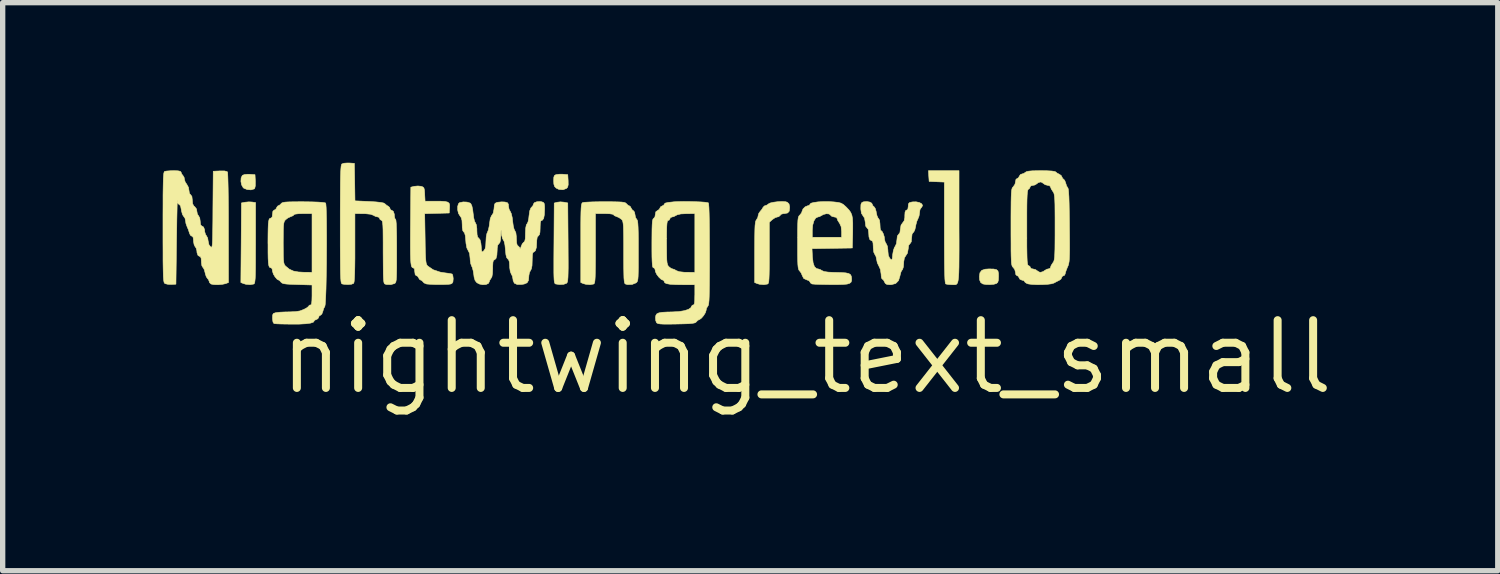
<source format=kicad_pcb>
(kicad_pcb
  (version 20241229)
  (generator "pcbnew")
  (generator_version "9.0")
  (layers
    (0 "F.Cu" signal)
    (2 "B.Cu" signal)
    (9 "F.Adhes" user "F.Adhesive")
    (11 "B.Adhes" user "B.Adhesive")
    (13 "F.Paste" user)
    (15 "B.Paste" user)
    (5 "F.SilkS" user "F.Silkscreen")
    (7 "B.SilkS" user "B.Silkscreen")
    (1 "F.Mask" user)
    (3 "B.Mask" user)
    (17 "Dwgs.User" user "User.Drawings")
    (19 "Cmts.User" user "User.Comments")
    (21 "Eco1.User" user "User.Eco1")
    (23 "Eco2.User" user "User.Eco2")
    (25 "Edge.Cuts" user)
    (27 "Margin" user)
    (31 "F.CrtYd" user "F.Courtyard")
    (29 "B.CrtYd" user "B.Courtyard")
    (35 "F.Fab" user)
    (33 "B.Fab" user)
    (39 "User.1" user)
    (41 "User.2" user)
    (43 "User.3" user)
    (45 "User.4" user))
  (footprint "nightwing_text_small"
    (layer "F.Cu")
    (at 12.07 3.642)
    (property "Reference" "nightwing_text_small" (at 0 0 0) (layer "F.SilkS") (effects (font (size 1.27 1.27) (thickness 0.15))))
    (attr through_hole)
    (fp_poly (pts (xy -10.442 -3.425) (xy -10.34 -3.418) (xy -10.333 -3.293) (xy -10.334 -3.208) (xy -10.345 -3.161) (xy -10.355 -3.151) (xy -10.415 -3.133) (xy -10.487 -3.139) (xy -10.549 -3.164) (xy -10.562 -3.175) (xy -10.591 -3.226) (xy -10.604 -3.292) (xy -10.6 -3.357) (xy -10.577 -3.404) (xy -10.574 -3.406) (xy -10.536 -3.42) (xy -10.473 -3.426) (xy -10.442 -3.425)) (stroke (width 0.01) (type solid)) (fill yes) (layer "F.SilkS"))
    (fp_poly (pts (xy -4.569 -3.426) (xy -4.559 -3.425) (xy -4.477 -3.418) (xy -4.47 -3.303) (xy -4.469 -3.229) (xy -4.479 -3.185) (xy -4.501 -3.16) (xy -4.567 -3.135) (xy -4.642 -3.141) (xy -4.694 -3.166) (xy -4.724 -3.196) (xy -4.738 -3.241) (xy -4.741 -3.303) (xy -4.739 -3.367) (xy -4.728 -3.4) (xy -4.703 -3.416) (xy -4.692 -3.419) (xy -4.637 -3.426) (xy -4.569 -3.426)) (stroke (width 0.01) (type solid)) (fill yes) (layer "F.SilkS"))
    (fp_poly (pts (xy -10.396 -2.905) (xy -10.329 -2.895) (xy -10.329 -2.138) (xy -10.33 -1.937) (xy -10.33 -1.774) (xy -10.331 -1.646) (xy -10.333 -1.548) (xy -10.336 -1.476) (xy -10.341 -1.426) (xy -10.346 -1.394) (xy -10.353 -1.376) (xy -10.362 -1.368) (xy -10.363 -1.368) (xy -10.431 -1.356) (xy -10.511 -1.363) (xy -10.557 -1.377) (xy -10.605 -1.396) (xy -10.599 -2.142) (xy -10.594 -2.888) (xy -10.528 -2.901) (xy -10.456 -2.908) (xy -10.396 -2.905)) (stroke (width 0.01) (type solid)) (fill yes) (layer "F.SilkS"))
    (fp_poly (pts (xy 3.506 -1.649) (xy 3.559 -1.638) (xy 3.587 -1.613) (xy 3.597 -1.566) (xy 3.598 -1.512) (xy 3.595 -1.441) (xy 3.583 -1.399) (xy 3.557 -1.377) (xy 3.557 -1.377) (xy 3.508 -1.363) (xy 3.436 -1.357) (xy 3.362 -1.359) (xy 3.305 -1.369) (xy 3.302 -1.37) (xy 3.263 -1.397) (xy 3.243 -1.445) (xy 3.239 -1.507) (xy 3.249 -1.579) (xy 3.283 -1.624) (xy 3.347 -1.646) (xy 3.418 -1.651) (xy 3.506 -1.649)) (stroke (width 0.01) (type solid)) (fill yes) (layer "F.SilkS"))
    (fp_poly (pts (xy -4.547 -2.902) (xy -4.477 -2.888) (xy -4.471 -2.148) (xy -4.47 -1.95) (xy -4.469 -1.79) (xy -4.469 -1.665) (xy -4.471 -1.569) (xy -4.473 -1.498) (xy -4.477 -1.448) (xy -4.482 -1.415) (xy -4.489 -1.395) (xy -4.498 -1.384) (xy -4.502 -1.381) (xy -4.555 -1.362) (xy -4.629 -1.358) (xy -4.705 -1.369) (xy -4.714 -1.374) (xy -4.722 -1.386) (xy -4.728 -1.408) (xy -4.733 -1.446) (xy -4.736 -1.502) (xy -4.738 -1.582) (xy -4.738 -1.689) (xy -4.738 -1.827) (xy -4.737 -2.002) (xy -4.736 -2.133) (xy -4.731 -2.886) (xy -4.674 -2.901) (xy -4.613 -2.908) (xy -4.547 -2.902)) (stroke (width 0.01) (type solid)) (fill yes) (layer "F.SilkS"))
    (fp_poly (pts (xy 2.857 -2.436) (xy 2.858 -2.194) (xy 2.858 -1.99) (xy 2.857 -1.823) (xy 2.856 -1.687) (xy 2.853 -1.58) (xy 2.848 -1.498) (xy 2.841 -1.439) (xy 2.832 -1.398) (xy 2.819 -1.373) (xy 2.802 -1.359) (xy 2.781 -1.354) (xy 2.756 -1.354) (xy 2.726 -1.356) (xy 2.713 -1.356) (xy 2.654 -1.36) (xy 2.612 -1.368) (xy 2.609 -1.369) (xy 2.602 -1.38) (xy 2.597 -1.411) (xy 2.592 -1.464) (xy 2.589 -1.543) (xy 2.586 -1.65) (xy 2.584 -1.788) (xy 2.583 -1.961) (xy 2.582 -2.171) (xy 2.582 -2.329) (xy 2.582 -3.279) (xy 2.439 -3.285) (xy 2.297 -3.291) (xy 2.29 -3.392) (xy 2.284 -3.493) (xy 2.857 -3.493) (xy 2.857 -2.436)) (stroke (width 0.01) (type solid)) (fill yes) (layer "F.SilkS"))
    (fp_poly (pts (xy -0.395 -2.911) (xy -0.362 -2.901) (xy -0.33 -2.87) (xy -0.318 -2.817) (xy -0.318 -2.796) (xy -0.326 -2.733) (xy -0.356 -2.7) (xy -0.416 -2.688) (xy -0.433 -2.688) (xy -0.477 -2.676) (xy -0.494 -2.656) (xy -0.523 -2.63) (xy -0.549 -2.625) (xy -0.592 -2.611) (xy -0.641 -2.577) (xy -0.644 -2.575) (xy -0.699 -2.525) (xy -0.699 -1.952) (xy -0.699 -1.78) (xy -0.7 -1.645) (xy -0.702 -1.544) (xy -0.705 -1.47) (xy -0.709 -1.42) (xy -0.715 -1.39) (xy -0.724 -1.373) (xy -0.732 -1.368) (xy -0.8 -1.356) (xy -0.88 -1.363) (xy -0.926 -1.376) (xy -0.974 -1.396) (xy -0.974 -1.966) (xy -0.973 -2.141) (xy -0.972 -2.278) (xy -0.97 -2.383) (xy -0.967 -2.459) (xy -0.961 -2.511) (xy -0.955 -2.545) (xy -0.946 -2.564) (xy -0.942 -2.569) (xy -0.915 -2.615) (xy -0.91 -2.644) (xy -0.896 -2.693) (xy -0.872 -2.727) (xy -0.836 -2.771) (xy -0.819 -2.801) (xy -0.793 -2.831) (xy -0.776 -2.836) (xy -0.738 -2.851) (xy -0.721 -2.866) (xy -0.685 -2.886) (xy -0.621 -2.901) (xy -0.541 -2.911) (xy -0.462 -2.915) (xy -0.395 -2.911)) (stroke (width 0.01) (type solid)) (fill yes) (layer "F.SilkS"))
    (fp_poly (pts (xy -7.229 -3.2) (xy -7.194 -3.188) (xy -7.174 -3.169) (xy -7.164 -3.131) (xy -7.159 -3.064) (xy -7.159 -3.052) (xy -7.152 -2.921) (xy -6.968 -2.921) (xy -6.854 -2.92) (xy -6.776 -2.915) (xy -6.727 -2.903) (xy -6.701 -2.882) (xy -6.692 -2.849) (xy -6.693 -2.8) (xy -6.693 -2.797) (xy -6.699 -2.699) (xy -6.929 -2.693) (xy -7.159 -2.687) (xy -7.151 -2.216) (xy -7.149 -2.063) (xy -7.146 -1.946) (xy -7.142 -1.86) (xy -7.137 -1.8) (xy -7.131 -1.759) (xy -7.122 -1.732) (xy -7.11 -1.714) (xy -7.1 -1.704) (xy -7.001 -1.636) (xy -6.871 -1.592) (xy -6.786 -1.578) (xy -6.716 -1.569) (xy -6.664 -1.56) (xy -6.643 -1.554) (xy -6.632 -1.527) (xy -6.625 -1.476) (xy -6.625 -1.462) (xy -6.63 -1.406) (xy -6.649 -1.378) (xy -6.673 -1.368) (xy -6.717 -1.362) (xy -6.791 -1.359) (xy -6.881 -1.358) (xy -6.974 -1.359) (xy -7.058 -1.363) (xy -7.119 -1.368) (xy -7.129 -1.37) (xy -7.172 -1.389) (xy -7.19 -1.409) (xy -7.216 -1.436) (xy -7.229 -1.439) (xy -7.258 -1.457) (xy -7.271 -1.482) (xy -7.294 -1.516) (xy -7.315 -1.524) (xy -7.337 -1.542) (xy -7.345 -1.598) (xy -7.352 -1.654) (xy -7.375 -1.672) (xy -7.376 -1.672) (xy -7.39 -1.676) (xy -7.402 -1.691) (xy -7.411 -1.719) (xy -7.418 -1.766) (xy -7.423 -1.835) (xy -7.426 -1.929) (xy -7.427 -2.053) (xy -7.427 -2.209) (xy -7.426 -2.403) (xy -7.425 -2.496) (xy -7.419 -3.183) (xy -7.356 -3.199) (xy -7.288 -3.206) (xy -7.229 -3.2)) (stroke (width 0.01) (type solid)) (fill yes) (layer "F.SilkS"))
    (fp_poly (pts (xy -3.645 -2.91) (xy -3.544 -2.908) (xy -3.474 -2.905) (xy -3.427 -2.899) (xy -3.399 -2.891) (xy -3.382 -2.879) (xy -3.377 -2.873) (xy -3.346 -2.843) (xy -3.328 -2.836) (xy -3.303 -2.819) (xy -3.292 -2.796) (xy -3.267 -2.756) (xy -3.248 -2.744) (xy -3.226 -2.716) (xy -3.217 -2.67) (xy -3.207 -2.616) (xy -3.186 -2.582) (xy -3.176 -2.569) (xy -3.168 -2.543) (xy -3.163 -2.499) (xy -3.159 -2.434) (xy -3.156 -2.343) (xy -3.154 -2.22) (xy -3.154 -2.062) (xy -3.154 -1.988) (xy -3.154 -1.819) (xy -3.154 -1.686) (xy -3.156 -1.587) (xy -3.158 -1.514) (xy -3.162 -1.464) (xy -3.168 -1.431) (xy -3.177 -1.41) (xy -3.188 -1.397) (xy -3.201 -1.388) (xy -3.271 -1.36) (xy -3.354 -1.357) (xy -3.396 -1.368) (xy -3.406 -1.376) (xy -3.413 -1.394) (xy -3.419 -1.428) (xy -3.424 -1.481) (xy -3.426 -1.559) (xy -3.428 -1.666) (xy -3.429 -1.807) (xy -3.429 -1.96) (xy -3.429 -2.133) (xy -3.43 -2.268) (xy -3.432 -2.371) (xy -3.434 -2.447) (xy -3.439 -2.5) (xy -3.445 -2.536) (xy -3.453 -2.559) (xy -3.464 -2.575) (xy -3.468 -2.579) (xy -3.52 -2.615) (xy -3.564 -2.633) (xy -3.605 -2.65) (xy -3.619 -2.667) (xy -3.639 -2.677) (xy -3.692 -2.685) (xy -3.77 -2.688) (xy -3.789 -2.688) (xy -3.958 -2.688) (xy -3.958 -2.034) (xy -3.958 -1.849) (xy -3.959 -1.701) (xy -3.961 -1.587) (xy -3.963 -1.503) (xy -3.967 -1.443) (xy -3.972 -1.404) (xy -3.979 -1.381) (xy -3.988 -1.37) (xy -3.992 -1.368) (xy -4.059 -1.356) (xy -4.139 -1.363) (xy -4.186 -1.376) (xy -4.233 -1.396) (xy -4.233 -2.138) (xy -4.233 -2.335) (xy -4.233 -2.495) (xy -4.232 -2.62) (xy -4.23 -2.716) (xy -4.227 -2.786) (xy -4.223 -2.834) (xy -4.217 -2.865) (xy -4.21 -2.884) (xy -4.201 -2.893) (xy -4.196 -2.895) (xy -4.164 -2.9) (xy -4.097 -2.904) (xy -4.002 -2.908) (xy -3.889 -2.91) (xy -3.782 -2.91) (xy -3.645 -2.91)) (stroke (width 0.01) (type solid)) (fill yes) (layer "F.SilkS"))
    (fp_poly (pts (xy -8.579 -3.637) (xy -8.477 -3.63) (xy -8.471 -3.279) (xy -8.466 -2.927) (xy -8.197 -2.915) (xy -8.069 -2.907) (xy -7.981 -2.897) (xy -7.927 -2.886) (xy -7.906 -2.873) (xy -7.868 -2.84) (xy -7.848 -2.83) (xy -7.816 -2.803) (xy -7.811 -2.784) (xy -7.795 -2.756) (xy -7.781 -2.752) (xy -7.748 -2.732) (xy -7.729 -2.678) (xy -7.726 -2.634) (xy -7.718 -2.595) (xy -7.705 -2.582) (xy -7.698 -2.561) (xy -7.692 -2.5) (xy -7.688 -2.399) (xy -7.685 -2.26) (xy -7.684 -2.086) (xy -7.684 -1.99) (xy -7.684 -1.816) (xy -7.684 -1.68) (xy -7.686 -1.576) (xy -7.688 -1.501) (xy -7.692 -1.448) (xy -7.698 -1.414) (xy -7.706 -1.394) (xy -7.716 -1.382) (xy -7.724 -1.377) (xy -7.794 -1.357) (xy -7.873 -1.359) (xy -7.904 -1.368) (xy -7.914 -1.375) (xy -7.922 -1.394) (xy -7.928 -1.427) (xy -7.932 -1.48) (xy -7.935 -1.558) (xy -7.936 -1.664) (xy -7.937 -1.803) (xy -7.938 -1.971) (xy -7.938 -2.146) (xy -7.939 -2.284) (xy -7.94 -2.388) (xy -7.943 -2.463) (xy -7.948 -2.514) (xy -7.954 -2.544) (xy -7.961 -2.558) (xy -7.969 -2.561) (xy -7.997 -2.578) (xy -8.001 -2.593) (xy -8.018 -2.619) (xy -8.039 -2.625) (xy -8.086 -2.637) (xy -8.119 -2.656) (xy -8.173 -2.676) (xy -8.267 -2.686) (xy -8.313 -2.687) (xy -8.467 -2.688) (xy -8.467 -2.047) (xy -8.467 -1.848) (xy -8.469 -1.689) (xy -8.472 -1.567) (xy -8.476 -1.477) (xy -8.481 -1.418) (xy -8.488 -1.386) (xy -8.492 -1.38) (xy -8.531 -1.364) (xy -8.594 -1.358) (xy -8.666 -1.362) (xy -8.705 -1.369) (xy -8.713 -1.374) (xy -8.72 -1.384) (xy -8.726 -1.404) (xy -8.73 -1.436) (xy -8.734 -1.485) (xy -8.737 -1.554) (xy -8.739 -1.646) (xy -8.74 -1.764) (xy -8.741 -1.912) (xy -8.742 -2.093) (xy -8.742 -2.311) (xy -8.742 -2.486) (xy -8.742 -2.736) (xy -8.741 -2.947) (xy -8.74 -3.122) (xy -8.739 -3.265) (xy -8.737 -3.378) (xy -8.734 -3.465) (xy -8.73 -3.529) (xy -8.726 -3.573) (xy -8.72 -3.601) (xy -8.714 -3.616) (xy -8.712 -3.618) (xy -8.673 -3.632) (xy -8.61 -3.637) (xy -8.579 -3.637)) (stroke (width 0.01) (type solid)) (fill yes) (layer "F.SilkS"))
    (fp_poly (pts (xy 0.416 -2.913) (xy 0.51 -2.907) (xy 0.591 -2.898) (xy 0.645 -2.884) (xy 0.689 -2.859) (xy 0.738 -2.815) (xy 0.752 -2.801) (xy 0.796 -2.754) (xy 0.827 -2.71) (xy 0.848 -2.66) (xy 0.86 -2.598) (xy 0.865 -2.514) (xy 0.865 -2.4) (xy 0.864 -2.307) (xy 0.857 -2.043) (xy 0.479 -2.037) (xy 0.101 -2.031) (xy 0.109 -1.876) (xy 0.122 -1.766) (xy 0.147 -1.693) (xy 0.187 -1.657) (xy 0.217 -1.651) (xy 0.256 -1.639) (xy 0.287 -1.62) (xy 0.329 -1.602) (xy 0.404 -1.591) (xy 0.515 -1.586) (xy 0.529 -1.586) (xy 0.649 -1.583) (xy 0.734 -1.577) (xy 0.789 -1.565) (xy 0.821 -1.546) (xy 0.837 -1.516) (xy 0.843 -1.482) (xy 0.844 -1.437) (xy 0.834 -1.404) (xy 0.808 -1.382) (xy 0.76 -1.367) (xy 0.684 -1.36) (xy 0.577 -1.357) (xy 0.456 -1.357) (xy 0.342 -1.359) (xy 0.24 -1.361) (xy 0.161 -1.364) (xy 0.111 -1.368) (xy 0.101 -1.369) (xy 0.069 -1.391) (xy 0.064 -1.406) (xy 0.045 -1.43) (xy 0.001 -1.447) (xy 0.001 -1.447) (xy -0.053 -1.471) (xy -0.077 -1.516) (xy -0.102 -1.575) (xy -0.13 -1.612) (xy -0.143 -1.627) (xy -0.152 -1.649) (xy -0.159 -1.683) (xy -0.164 -1.734) (xy -0.167 -1.808) (xy -0.169 -1.911) (xy -0.169 -2.047) (xy -0.169 -2.138) (xy -0.169 -2.294) (xy -0.169 -2.373) (xy 0.106 -2.373) (xy 0.106 -2.244) (xy 0.656 -2.244) (xy 0.656 -2.351) (xy 0.647 -2.444) (xy 0.617 -2.509) (xy 0.614 -2.513) (xy 0.584 -2.559) (xy 0.572 -2.595) (xy 0.572 -2.596) (xy 0.553 -2.618) (xy 0.518 -2.625) (xy 0.473 -2.636) (xy 0.452 -2.656) (xy 0.423 -2.681) (xy 0.372 -2.686) (xy 0.316 -2.672) (xy 0.287 -2.656) (xy 0.241 -2.631) (xy 0.212 -2.625) (xy 0.171 -2.605) (xy 0.137 -2.551) (xy 0.114 -2.471) (xy 0.106 -2.373) (xy -0.169 -2.373) (xy -0.168 -2.414) (xy -0.166 -2.502) (xy -0.163 -2.564) (xy -0.157 -2.606) (xy -0.149 -2.633) (xy -0.139 -2.65) (xy -0.127 -2.661) (xy -0.095 -2.701) (xy -0.085 -2.732) (xy -0.067 -2.776) (xy -0.026 -2.816) (xy 0.023 -2.836) (xy 0.028 -2.836) (xy 0.058 -2.85) (xy 0.064 -2.865) (xy 0.083 -2.883) (xy 0.137 -2.897) (xy 0.216 -2.908) (xy 0.312 -2.913) (xy 0.416 -2.913)) (stroke (width 0.01) (type solid)) (fill yes) (layer "F.SilkS"))
    (fp_poly (pts (xy 1.185 -2.904) (xy 1.221 -2.883) (xy 1.228 -2.867) (xy 1.244 -2.833) (xy 1.261 -2.82) (xy 1.285 -2.788) (xy 1.303 -2.73) (xy 1.306 -2.708) (xy 1.32 -2.647) (xy 1.339 -2.605) (xy 1.347 -2.597) (xy 1.367 -2.564) (xy 1.375 -2.496) (xy 1.376 -2.475) (xy 1.379 -2.415) (xy 1.387 -2.378) (xy 1.394 -2.371) (xy 1.416 -2.352) (xy 1.439 -2.307) (xy 1.456 -2.251) (xy 1.46 -2.209) (xy 1.473 -2.155) (xy 1.492 -2.124) (xy 1.514 -2.078) (xy 1.524 -2.003) (xy 1.524 -1.988) (xy 1.532 -1.905) (xy 1.557 -1.852) (xy 1.564 -1.844) (xy 1.587 -1.823) (xy 1.6 -1.825) (xy 1.607 -1.855) (xy 1.613 -1.918) (xy 1.626 -1.993) (xy 1.646 -2.053) (xy 1.658 -2.07) (xy 1.683 -2.123) (xy 1.693 -2.197) (xy 1.693 -2.198) (xy 1.701 -2.268) (xy 1.725 -2.3) (xy 1.749 -2.331) (xy 1.757 -2.394) (xy 1.77 -2.472) (xy 1.799 -2.513) (xy 1.828 -2.553) (xy 1.841 -2.616) (xy 1.841 -2.651) (xy 1.845 -2.715) (xy 1.858 -2.746) (xy 1.873 -2.752) (xy 1.897 -2.768) (xy 1.905 -2.821) (xy 1.905 -2.823) (xy 1.909 -2.871) (xy 1.93 -2.895) (xy 1.981 -2.907) (xy 2.052 -2.909) (xy 2.113 -2.896) (xy 2.156 -2.873) (xy 2.174 -2.842) (xy 2.159 -2.81) (xy 2.152 -2.804) (xy 2.125 -2.763) (xy 2.117 -2.706) (xy 2.108 -2.643) (xy 2.088 -2.593) (xy 2.088 -2.592) (xy 2.067 -2.546) (xy 2.049 -2.479) (xy 2.044 -2.449) (xy 2.029 -2.385) (xy 2.009 -2.344) (xy 1.999 -2.335) (xy 1.977 -2.305) (xy 1.969 -2.235) (xy 1.968 -2.23) (xy 1.962 -2.159) (xy 1.94 -2.126) (xy 1.937 -2.124) (xy 1.913 -2.093) (xy 1.905 -2.03) (xy 1.89 -1.946) (xy 1.863 -1.905) (xy 1.833 -1.857) (xy 1.821 -1.786) (xy 1.82 -1.759) (xy 1.814 -1.687) (xy 1.798 -1.64) (xy 1.791 -1.632) (xy 1.77 -1.597) (xy 1.754 -1.539) (xy 1.75 -1.519) (xy 1.723 -1.432) (xy 1.67 -1.378) (xy 1.588 -1.356) (xy 1.563 -1.355) (xy 1.506 -1.36) (xy 1.475 -1.379) (xy 1.46 -1.408) (xy 1.438 -1.447) (xy 1.419 -1.46) (xy 1.405 -1.479) (xy 1.398 -1.527) (xy 1.397 -1.55) (xy 1.384 -1.639) (xy 1.355 -1.704) (xy 1.325 -1.765) (xy 1.313 -1.825) (xy 1.312 -1.827) (xy 1.301 -1.883) (xy 1.281 -1.919) (xy 1.258 -1.966) (xy 1.249 -2.048) (xy 1.249 -2.065) (xy 1.245 -2.137) (xy 1.234 -2.173) (xy 1.219 -2.18) (xy 1.187 -2.198) (xy 1.169 -2.251) (xy 1.164 -2.328) (xy 1.156 -2.392) (xy 1.132 -2.421) (xy 1.108 -2.452) (xy 1.101 -2.518) (xy 1.086 -2.604) (xy 1.058 -2.646) (xy 1.028 -2.693) (xy 1.017 -2.764) (xy 1.016 -2.792) (xy 1.018 -2.855) (xy 1.029 -2.888) (xy 1.054 -2.904) (xy 1.069 -2.909) (xy 1.13 -2.914) (xy 1.185 -2.904)) (stroke (width 0.01) (type solid)) (fill yes) (layer "F.SilkS"))
    (fp_poly (pts (xy -2.192 -2.914) (xy -2.082 -2.911) (xy -1.983 -2.907) (xy -1.903 -2.901) (xy -1.853 -2.893) (xy -1.841 -2.889) (xy -1.836 -2.865) (xy -1.831 -2.8) (xy -1.827 -2.695) (xy -1.824 -2.554) (xy -1.822 -2.377) (xy -1.821 -2.165) (xy -1.82 -1.928) (xy -1.82 -1.699) (xy -1.821 -1.509) (xy -1.822 -1.354) (xy -1.824 -1.231) (xy -1.826 -1.135) (xy -1.829 -1.064) (xy -1.834 -1.014) (xy -1.839 -0.981) (xy -1.846 -0.961) (xy -1.852 -0.953) (xy -1.877 -0.912) (xy -1.884 -0.874) (xy -1.897 -0.831) (xy -1.929 -0.778) (xy -1.969 -0.731) (xy -2.007 -0.702) (xy -2.019 -0.699) (xy -2.045 -0.683) (xy -2.065 -0.661) (xy -2.08 -0.647) (xy -2.106 -0.637) (xy -2.148 -0.63) (xy -2.215 -0.624) (xy -2.31 -0.621) (xy -2.439 -0.618) (xy -2.572 -0.616) (xy -2.669 -0.616) (xy -2.736 -0.619) (xy -2.778 -0.625) (xy -2.803 -0.635) (xy -2.813 -0.643) (xy -2.829 -0.685) (xy -2.833 -0.743) (xy -2.832 -0.744) (xy -2.825 -0.783) (xy -2.806 -0.81) (xy -2.769 -0.827) (xy -2.708 -0.838) (xy -2.616 -0.843) (xy -2.52 -0.845) (xy -2.397 -0.851) (xy -2.293 -0.868) (xy -2.215 -0.893) (xy -2.169 -0.924) (xy -2.16 -0.947) (xy -2.142 -0.971) (xy -2.127 -0.974) (xy -2.112 -0.981) (xy -2.102 -1.008) (xy -2.097 -1.062) (xy -2.096 -1.15) (xy -2.095 -1.164) (xy -2.095 -1.355) (xy -2.315 -1.355) (xy -2.455 -1.357) (xy -2.557 -1.363) (xy -2.624 -1.375) (xy -2.659 -1.392) (xy -2.667 -1.41) (xy -2.68 -1.437) (xy -2.69 -1.439) (xy -2.727 -1.456) (xy -2.771 -1.498) (xy -2.811 -1.551) (xy -2.834 -1.601) (xy -2.836 -1.618) (xy -2.847 -1.661) (xy -2.868 -1.672) (xy -2.879 -1.677) (xy -2.887 -1.696) (xy -2.892 -1.732) (xy -2.896 -1.793) (xy -2.899 -1.881) (xy -2.9 -2.003) (xy -2.9 -2.128) (xy -2.9 -2.148) (xy -2.625 -2.148) (xy -2.624 -2.006) (xy -2.623 -1.899) (xy -2.621 -1.822) (xy -2.616 -1.77) (xy -2.608 -1.735) (xy -2.598 -1.712) (xy -2.584 -1.695) (xy -2.582 -1.693) (xy -2.542 -1.662) (xy -2.512 -1.651) (xy -2.475 -1.639) (xy -2.444 -1.62) (xy -2.389 -1.599) (xy -2.296 -1.589) (xy -2.249 -1.588) (xy -2.095 -1.587) (xy -2.095 -2.688) (xy -2.249 -2.687) (xy -2.357 -2.682) (xy -2.427 -2.665) (xy -2.444 -2.656) (xy -2.492 -2.631) (xy -2.523 -2.625) (xy -2.555 -2.61) (xy -2.561 -2.593) (xy -2.578 -2.565) (xy -2.593 -2.561) (xy -2.604 -2.556) (xy -2.612 -2.537) (xy -2.618 -2.499) (xy -2.622 -2.436) (xy -2.624 -2.344) (xy -2.625 -2.217) (xy -2.625 -2.148) (xy -2.9 -2.148) (xy -2.899 -2.281) (xy -2.898 -2.397) (xy -2.895 -2.481) (xy -2.891 -2.538) (xy -2.884 -2.573) (xy -2.876 -2.591) (xy -2.868 -2.596) (xy -2.844 -2.625) (xy -2.836 -2.671) (xy -2.826 -2.723) (xy -2.794 -2.746) (xy -2.76 -2.768) (xy -2.752 -2.788) (xy -2.734 -2.818) (xy -2.709 -2.83) (xy -2.675 -2.85) (xy -2.667 -2.868) (xy -2.649 -2.885) (xy -2.592 -2.898) (xy -2.495 -2.908) (xy -2.492 -2.909) (xy -2.406 -2.913) (xy -2.303 -2.915) (xy -2.192 -2.914)) (stroke (width 0.01) (type solid)) (fill yes) (layer "F.SilkS"))
    (fp_poly (pts (xy -9.432 -2.91) (xy -9.28 -2.908) (xy -9.16 -2.904) (xy -9.074 -2.898) (xy -9.025 -2.89) (xy -9.016 -2.886) (xy -9.011 -2.86) (xy -9.006 -2.797) (xy -9.003 -2.701) (xy -9 -2.58) (xy -8.999 -2.436) (xy -8.998 -2.277) (xy -8.998 -2.107) (xy -8.999 -1.931) (xy -9 -1.755) (xy -9.003 -1.584) (xy -9.006 -1.423) (xy -9.009 -1.277) (xy -9.014 -1.151) (xy -9.019 -1.052) (xy -9.024 -0.984) (xy -9.03 -0.952) (xy -9.03 -0.95) (xy -9.052 -0.909) (xy -9.069 -0.852) (xy -9.069 -0.852) (xy -9.087 -0.805) (xy -9.112 -0.783) (xy -9.114 -0.783) (xy -9.14 -0.766) (xy -9.144 -0.749) (xy -9.162 -0.717) (xy -9.186 -0.705) (xy -9.221 -0.689) (xy -9.229 -0.678) (xy -9.246 -0.653) (xy -9.299 -0.635) (xy -9.389 -0.623) (xy -9.518 -0.616) (xy -9.648 -0.616) (xy -9.76 -0.617) (xy -9.858 -0.619) (xy -9.933 -0.622) (xy -9.978 -0.626) (xy -9.985 -0.628) (xy -10.003 -0.655) (xy -10.011 -0.711) (xy -10.012 -0.729) (xy -10.01 -0.786) (xy -9.996 -0.815) (xy -9.961 -0.828) (xy -9.932 -0.833) (xy -9.872 -0.84) (xy -9.787 -0.844) (xy -9.694 -0.846) (xy -9.685 -0.846) (xy -9.577 -0.851) (xy -9.496 -0.864) (xy -9.427 -0.891) (xy -9.426 -0.891) (xy -9.372 -0.92) (xy -9.339 -0.946) (xy -9.335 -0.954) (xy -9.317 -0.972) (xy -9.303 -0.974) (xy -9.287 -0.981) (xy -9.278 -1.008) (xy -9.273 -1.063) (xy -9.271 -1.151) (xy -9.271 -1.162) (xy -9.271 -1.35) (xy -9.548 -1.358) (xy -9.664 -1.362) (xy -9.746 -1.367) (xy -9.799 -1.374) (xy -9.831 -1.385) (xy -9.85 -1.4) (xy -9.852 -1.402) (xy -9.879 -1.432) (xy -9.891 -1.439) (xy -9.925 -1.457) (xy -9.963 -1.5) (xy -9.995 -1.553) (xy -10.011 -1.603) (xy -10.012 -1.61) (xy -10.021 -1.658) (xy -10.041 -1.672) (xy -10.059 -1.676) (xy -10.073 -1.691) (xy -10.083 -1.722) (xy -10.09 -1.774) (xy -10.094 -1.852) (xy -10.096 -1.962) (xy -10.096 -2.108) (xy -10.097 -2.138) (xy -10.097 -2.138) (xy -9.811 -2.138) (xy -9.811 -2.138) (xy -9.81 -1.999) (xy -9.809 -1.897) (xy -9.806 -1.824) (xy -9.801 -1.775) (xy -9.793 -1.743) (xy -9.782 -1.721) (xy -9.767 -1.704) (xy -9.696 -1.646) (xy -9.62 -1.611) (xy -9.526 -1.594) (xy -9.435 -1.589) (xy -9.271 -1.587) (xy -9.271 -2.688) (xy -9.44 -2.688) (xy -9.522 -2.686) (xy -9.581 -2.679) (xy -9.609 -2.67) (xy -9.61 -2.667) (xy -9.628 -2.648) (xy -9.666 -2.633) (xy -9.723 -2.607) (xy -9.766 -2.574) (xy -9.782 -2.556) (xy -9.793 -2.534) (xy -9.801 -2.501) (xy -9.806 -2.452) (xy -9.809 -2.379) (xy -9.81 -2.276) (xy -9.811 -2.138) (xy -10.097 -2.138) (xy -10.096 -2.291) (xy -10.094 -2.406) (xy -10.091 -2.49) (xy -10.084 -2.546) (xy -10.075 -2.581) (xy -10.062 -2.598) (xy -10.045 -2.603) (xy -10.041 -2.603) (xy -10.019 -2.623) (xy -10.012 -2.678) (xy -10.004 -2.734) (xy -9.982 -2.752) (xy -9.951 -2.769) (xy -9.938 -2.794) (xy -9.917 -2.828) (xy -9.902 -2.836) (xy -9.872 -2.852) (xy -9.852 -2.873) (xy -9.838 -2.887) (xy -9.816 -2.896) (xy -9.779 -2.903) (xy -9.72 -2.907) (xy -9.635 -2.909) (xy -9.517 -2.91) (xy -9.432 -2.91)) (stroke (width 0.01) (type solid)) (fill yes) (layer "F.SilkS"))
    (fp_poly (pts (xy -11.784 -3.49) (xy -11.741 -3.481) (xy -11.726 -3.465) (xy -11.726 -3.463) (xy -11.711 -3.426) (xy -11.695 -3.408) (xy -11.669 -3.367) (xy -11.663 -3.331) (xy -11.648 -3.279) (xy -11.62 -3.239) (xy -11.587 -3.179) (xy -11.578 -3.124) (xy -11.569 -3.067) (xy -11.546 -3.04) (xy -11.523 -3.01) (xy -11.515 -2.941) (xy -11.515 -2.937) (xy -11.508 -2.87) (xy -11.486 -2.83) (xy -11.472 -2.82) (xy -11.437 -2.775) (xy -11.43 -2.733) (xy -11.42 -2.679) (xy -11.398 -2.646) (xy -11.376 -2.607) (xy -11.367 -2.545) (xy -11.367 -2.537) (xy -11.36 -2.478) (xy -11.34 -2.456) (xy -11.337 -2.455) (xy -11.304 -2.436) (xy -11.285 -2.385) (xy -11.282 -2.346) (xy -11.267 -2.297) (xy -11.25 -2.272) (xy -11.227 -2.229) (xy -11.218 -2.173) (xy -11.203 -2.104) (xy -11.176 -2.069) (xy -11.165 -2.06) (xy -11.156 -2.058) (xy -11.149 -2.065) (xy -11.143 -2.087) (xy -11.139 -2.127) (xy -11.136 -2.19) (xy -11.134 -2.278) (xy -11.132 -2.397) (xy -11.13 -2.55) (xy -11.129 -2.74) (xy -11.129 -2.757) (xy -11.123 -3.482) (xy -10.998 -3.488) (xy -10.913 -3.488) (xy -10.865 -3.476) (xy -10.855 -3.467) (xy -10.852 -3.441) (xy -10.849 -3.377) (xy -10.846 -3.279) (xy -10.843 -3.151) (xy -10.841 -2.998) (xy -10.839 -2.823) (xy -10.838 -2.632) (xy -10.838 -2.428) (xy -10.838 -2.418) (xy -10.837 -1.396) (xy -10.892 -1.375) (xy -10.953 -1.362) (xy -11.032 -1.355) (xy -11.11 -1.357) (xy -11.164 -1.368) (xy -11.193 -1.395) (xy -11.197 -1.413) (xy -11.213 -1.452) (xy -11.229 -1.469) (xy -11.253 -1.504) (xy -11.272 -1.561) (xy -11.275 -1.577) (xy -11.29 -1.635) (xy -11.311 -1.674) (xy -11.317 -1.679) (xy -11.336 -1.711) (xy -11.345 -1.773) (xy -11.345 -1.79) (xy -11.35 -1.854) (xy -11.366 -1.882) (xy -11.375 -1.884) (xy -11.408 -1.903) (xy -11.427 -1.954) (xy -11.43 -1.993) (xy -11.444 -2.043) (xy -11.462 -2.067) (xy -11.482 -2.108) (xy -11.493 -2.169) (xy -11.493 -2.182) (xy -11.499 -2.24) (xy -11.517 -2.264) (xy -11.525 -2.265) (xy -11.551 -2.283) (xy -11.569 -2.323) (xy -11.589 -2.387) (xy -11.611 -2.437) (xy -11.634 -2.5) (xy -11.642 -2.552) (xy -11.653 -2.604) (xy -11.676 -2.634) (xy -11.699 -2.67) (xy -11.716 -2.731) (xy -11.721 -2.758) (xy -11.734 -2.827) (xy -11.755 -2.856) (xy -11.761 -2.857) (xy -11.783 -2.877) (xy -11.795 -2.934) (xy -11.795 -2.937) (xy -11.796 -2.934) (xy -11.798 -2.893) (xy -11.8 -2.818) (xy -11.802 -2.712) (xy -11.805 -2.58) (xy -11.807 -2.425) (xy -11.81 -2.252) (xy -11.811 -2.191) (xy -11.822 -1.365) (xy -11.906 -1.36) (xy -11.97 -1.362) (xy -12.021 -1.374) (xy -12.028 -1.377) (xy -12.036 -1.384) (xy -12.044 -1.398) (xy -12.049 -1.421) (xy -12.054 -1.457) (xy -12.058 -1.51) (xy -12.06 -1.583) (xy -12.062 -1.68) (xy -12.064 -1.804) (xy -12.064 -1.959) (xy -12.065 -2.149) (xy -12.065 -2.377) (xy -12.065 -2.433) (xy -12.065 -2.671) (xy -12.064 -2.869) (xy -12.064 -3.033) (xy -12.062 -3.164) (xy -12.06 -3.267) (xy -12.058 -3.345) (xy -12.054 -3.402) (xy -12.05 -3.44) (xy -12.044 -3.463) (xy -12.037 -3.476) (xy -12.032 -3.48) (xy -11.994 -3.486) (xy -11.928 -3.491) (xy -11.862 -3.493) (xy -11.784 -3.49)) (stroke (width 0.01) (type solid)) (fill yes) (layer "F.SilkS"))
    (fp_poly (pts (xy 4.51 -3.491) (xy 4.599 -3.486) (xy 4.653 -3.477) (xy 4.668 -3.47) (xy 4.697 -3.446) (xy 4.733 -3.428) (xy 4.771 -3.403) (xy 4.784 -3.379) (xy 4.801 -3.345) (xy 4.813 -3.337) (xy 4.838 -3.311) (xy 4.857 -3.261) (xy 4.858 -3.256) (xy 4.875 -3.204) (xy 4.896 -3.172) (xy 4.897 -3.17) (xy 4.905 -3.149) (xy 4.911 -3.094) (xy 4.917 -3.004) (xy 4.921 -2.877) (xy 4.924 -2.711) (xy 4.927 -2.505) (xy 4.927 -2.467) (xy 4.929 -2.278) (xy 4.93 -2.125) (xy 4.93 -2.006) (xy 4.928 -1.913) (xy 4.925 -1.844) (xy 4.921 -1.792) (xy 4.914 -1.753) (xy 4.906 -1.722) (xy 4.895 -1.694) (xy 4.89 -1.685) (xy 4.865 -1.622) (xy 4.849 -1.572) (xy 4.847 -1.557) (xy 4.831 -1.528) (xy 4.815 -1.524) (xy 4.787 -1.507) (xy 4.784 -1.492) (xy 4.766 -1.459) (xy 4.736 -1.438) (xy 4.68 -1.41) (xy 4.636 -1.386) (xy 4.589 -1.372) (xy 4.513 -1.362) (xy 4.419 -1.357) (xy 4.321 -1.356) (xy 4.23 -1.36) (xy 4.159 -1.369) (xy 4.133 -1.376) (xy 4.096 -1.399) (xy 4.085 -1.417) (xy 4.067 -1.435) (xy 4.041 -1.439) (xy 3.999 -1.457) (xy 3.985 -1.482) (xy 3.964 -1.516) (xy 3.945 -1.524) (xy 3.922 -1.543) (xy 3.916 -1.583) (xy 3.901 -1.641) (xy 3.873 -1.678) (xy 3.862 -1.689) (xy 3.853 -1.704) (xy 3.846 -1.728) (xy 3.84 -1.764) (xy 3.837 -1.818) (xy 3.834 -1.893) (xy 3.832 -1.994) (xy 3.832 -2.125) (xy 3.831 -2.291) (xy 3.831 -2.424) (xy 4.128 -2.424) (xy 4.128 -2.23) (xy 4.128 -2.074) (xy 4.13 -1.952) (xy 4.132 -1.861) (xy 4.135 -1.795) (xy 4.14 -1.752) (xy 4.146 -1.727) (xy 4.154 -1.716) (xy 4.159 -1.714) (xy 4.187 -1.698) (xy 4.191 -1.683) (xy 4.209 -1.657) (xy 4.241 -1.651) (xy 4.292 -1.638) (xy 4.318 -1.619) (xy 4.361 -1.592) (xy 4.386 -1.587) (xy 4.435 -1.602) (xy 4.459 -1.619) (xy 4.504 -1.646) (xy 4.531 -1.651) (xy 4.565 -1.663) (xy 4.572 -1.68) (xy 4.584 -1.716) (xy 4.614 -1.762) (xy 4.614 -1.763) (xy 4.627 -1.78) (xy 4.636 -1.801) (xy 4.643 -1.831) (xy 4.649 -1.875) (xy 4.652 -1.936) (xy 4.655 -2.022) (xy 4.656 -2.135) (xy 4.657 -2.282) (xy 4.657 -2.434) (xy 4.657 -2.613) (xy 4.656 -2.754) (xy 4.655 -2.862) (xy 4.652 -2.944) (xy 4.648 -3.002) (xy 4.642 -3.043) (xy 4.635 -3.071) (xy 4.625 -3.091) (xy 4.614 -3.106) (xy 4.585 -3.152) (xy 4.572 -3.188) (xy 4.572 -3.188) (xy 4.554 -3.211) (xy 4.522 -3.217) (xy 4.471 -3.23) (xy 4.445 -3.249) (xy 4.405 -3.276) (xy 4.381 -3.281) (xy 4.337 -3.266) (xy 4.318 -3.249) (xy 4.277 -3.224) (xy 4.241 -3.217) (xy 4.202 -3.207) (xy 4.191 -3.188) (xy 4.174 -3.155) (xy 4.159 -3.146) (xy 4.151 -3.138) (xy 4.144 -3.118) (xy 4.138 -3.083) (xy 4.134 -3.028) (xy 4.131 -2.95) (xy 4.129 -2.843) (xy 4.128 -2.704) (xy 4.128 -2.529) (xy 4.128 -2.424) (xy 3.831 -2.424) (xy 3.831 -2.434) (xy 3.831 -2.628) (xy 3.832 -2.784) (xy 3.833 -2.906) (xy 3.835 -2.999) (xy 3.838 -3.068) (xy 3.842 -3.116) (xy 3.848 -3.148) (xy 3.855 -3.169) (xy 3.865 -3.183) (xy 3.873 -3.19) (xy 3.906 -3.239) (xy 3.916 -3.286) (xy 3.925 -3.331) (xy 3.945 -3.344) (xy 3.974 -3.362) (xy 3.985 -3.387) (xy 4.009 -3.421) (xy 4.032 -3.429) (xy 4.075 -3.443) (xy 4.099 -3.461) (xy 4.123 -3.475) (xy 4.165 -3.484) (xy 4.233 -3.49) (xy 4.333 -3.492) (xy 4.392 -3.493) (xy 4.51 -3.491)) (stroke (width 0.01) (type solid)) (fill yes) (layer "F.SilkS"))
    (fp_poly (pts (xy -4.964 -2.909) (xy -4.933 -2.897) (xy -4.918 -2.875) (xy -4.912 -2.831) (xy -4.911 -2.776) (xy -4.916 -2.667) (xy -4.929 -2.598) (xy -4.952 -2.565) (xy -4.966 -2.561) (xy -4.983 -2.549) (xy -4.992 -2.51) (xy -4.995 -2.436) (xy -4.995 -2.423) (xy -4.998 -2.341) (xy -5.008 -2.294) (xy -5.026 -2.273) (xy -5.027 -2.272) (xy -5.05 -2.245) (xy -5.059 -2.181) (xy -5.059 -2.162) (xy -5.065 -2.057) (xy -5.083 -1.993) (xy -5.111 -1.969) (xy -5.114 -1.968) (xy -5.13 -1.958) (xy -5.139 -1.921) (xy -5.143 -1.852) (xy -5.144 -1.811) (xy -5.147 -1.714) (xy -5.159 -1.652) (xy -5.175 -1.622) (xy -5.196 -1.581) (xy -5.207 -1.52) (xy -5.207 -1.51) (xy -5.214 -1.435) (xy -5.24 -1.391) (xy -5.293 -1.368) (xy -5.342 -1.36) (xy -5.427 -1.36) (xy -5.479 -1.384) (xy -5.502 -1.435) (xy -5.504 -1.458) (xy -5.516 -1.517) (xy -5.536 -1.555) (xy -5.555 -1.603) (xy -5.566 -1.677) (xy -5.567 -1.707) (xy -5.572 -1.783) (xy -5.587 -1.825) (xy -5.601 -1.837) (xy -5.622 -1.862) (xy -5.636 -1.915) (xy -5.645 -2.002) (xy -5.646 -2.013) (xy -5.655 -2.101) (xy -5.669 -2.164) (xy -5.684 -2.192) (xy -5.702 -2.225) (xy -5.716 -2.284) (xy -5.72 -2.319) (xy -5.725 -2.368) (xy -5.728 -2.381) (xy -5.73 -2.356) (xy -5.732 -2.291) (xy -5.732 -2.28) (xy -5.738 -2.195) (xy -5.749 -2.146) (xy -5.767 -2.125) (xy -5.768 -2.124) (xy -5.79 -2.096) (xy -5.8 -2.033) (xy -5.8 -2.014) (xy -5.806 -1.909) (xy -5.823 -1.845) (xy -5.852 -1.821) (xy -5.855 -1.82) (xy -5.871 -1.81) (xy -5.88 -1.773) (xy -5.884 -1.704) (xy -5.884 -1.663) (xy -5.888 -1.566) (xy -5.899 -1.504) (xy -5.916 -1.474) (xy -5.942 -1.434) (xy -5.948 -1.411) (xy -5.966 -1.378) (xy -6.011 -1.359) (xy -6.072 -1.355) (xy -6.134 -1.368) (xy -6.181 -1.393) (xy -6.214 -1.434) (xy -6.233 -1.497) (xy -6.239 -1.547) (xy -6.251 -1.62) (xy -6.268 -1.681) (xy -6.279 -1.703) (xy -6.296 -1.749) (xy -6.306 -1.816) (xy -6.308 -1.85) (xy -6.318 -1.943) (xy -6.344 -1.995) (xy -6.369 -2.045) (xy -6.385 -2.132) (xy -6.389 -2.183) (xy -6.398 -2.276) (xy -6.413 -2.329) (xy -6.427 -2.343) (xy -6.445 -2.368) (xy -6.455 -2.429) (xy -6.456 -2.479) (xy -6.46 -2.56) (xy -6.474 -2.612) (xy -6.498 -2.646) (xy -6.527 -2.694) (xy -6.541 -2.758) (xy -6.541 -2.822) (xy -6.526 -2.873) (xy -6.504 -2.894) (xy -6.437 -2.907) (xy -6.366 -2.904) (xy -6.309 -2.886) (xy -6.296 -2.876) (xy -6.275 -2.834) (xy -6.259 -2.759) (xy -6.251 -2.692) (xy -6.24 -2.609) (xy -6.225 -2.546) (xy -6.209 -2.516) (xy -6.191 -2.478) (xy -6.181 -2.404) (xy -6.181 -2.369) (xy -6.177 -2.292) (xy -6.165 -2.247) (xy -6.145 -2.226) (xy -6.121 -2.196) (xy -6.106 -2.134) (xy -6.1 -2.079) (xy -6.095 -2.01) (xy -6.088 -1.976) (xy -6.076 -1.971) (xy -6.056 -1.987) (xy -6.051 -1.992) (xy -6.027 -2.028) (xy -6.015 -2.083) (xy -6.011 -2.165) (xy -6.006 -2.249) (xy -5.993 -2.315) (xy -5.982 -2.339) (xy -5.965 -2.383) (xy -5.95 -2.452) (xy -5.943 -2.506) (xy -5.93 -2.594) (xy -5.908 -2.647) (xy -5.9 -2.656) (xy -5.875 -2.696) (xy -5.861 -2.767) (xy -5.859 -2.784) (xy -5.853 -2.847) (xy -5.84 -2.88) (xy -5.812 -2.895) (xy -5.787 -2.901) (xy -5.715 -2.908) (xy -5.654 -2.905) (xy -5.608 -2.892) (xy -5.59 -2.864) (xy -5.588 -2.83) (xy -5.578 -2.771) (xy -5.555 -2.729) (xy -5.535 -2.686) (xy -5.518 -2.611) (xy -5.51 -2.543) (xy -5.499 -2.46) (xy -5.484 -2.398) (xy -5.469 -2.368) (xy -5.45 -2.329) (xy -5.441 -2.255) (xy -5.44 -2.219) (xy -5.436 -2.141) (xy -5.425 -2.097) (xy -5.408 -2.082) (xy -5.379 -2.053) (xy -5.374 -2.035) (xy -5.368 -2.029) (xy -5.356 -2.058) (xy -5.352 -2.07) (xy -5.33 -2.121) (xy -5.304 -2.151) (xy -5.301 -2.152) (xy -5.284 -2.17) (xy -5.274 -2.215) (xy -5.271 -2.293) (xy -5.271 -2.317) (xy -5.266 -2.416) (xy -5.254 -2.476) (xy -5.241 -2.496) (xy -5.223 -2.53) (xy -5.209 -2.593) (xy -5.203 -2.649) (xy -5.19 -2.74) (xy -5.169 -2.793) (xy -5.158 -2.804) (xy -5.128 -2.84) (xy -5.122 -2.863) (xy -5.104 -2.892) (xy -5.057 -2.91) (xy -4.996 -2.914) (xy -4.964 -2.909)) (stroke (width 0.01) (type solid)) (fill yes) (layer "F.SilkS")))
  (gr_rect
    (start -3 -3)
    (end 25.026 7.649)
    (stroke (width 0.1) (type default))
    (fill no)
    (layer "Edge.Cuts")))
</source>
